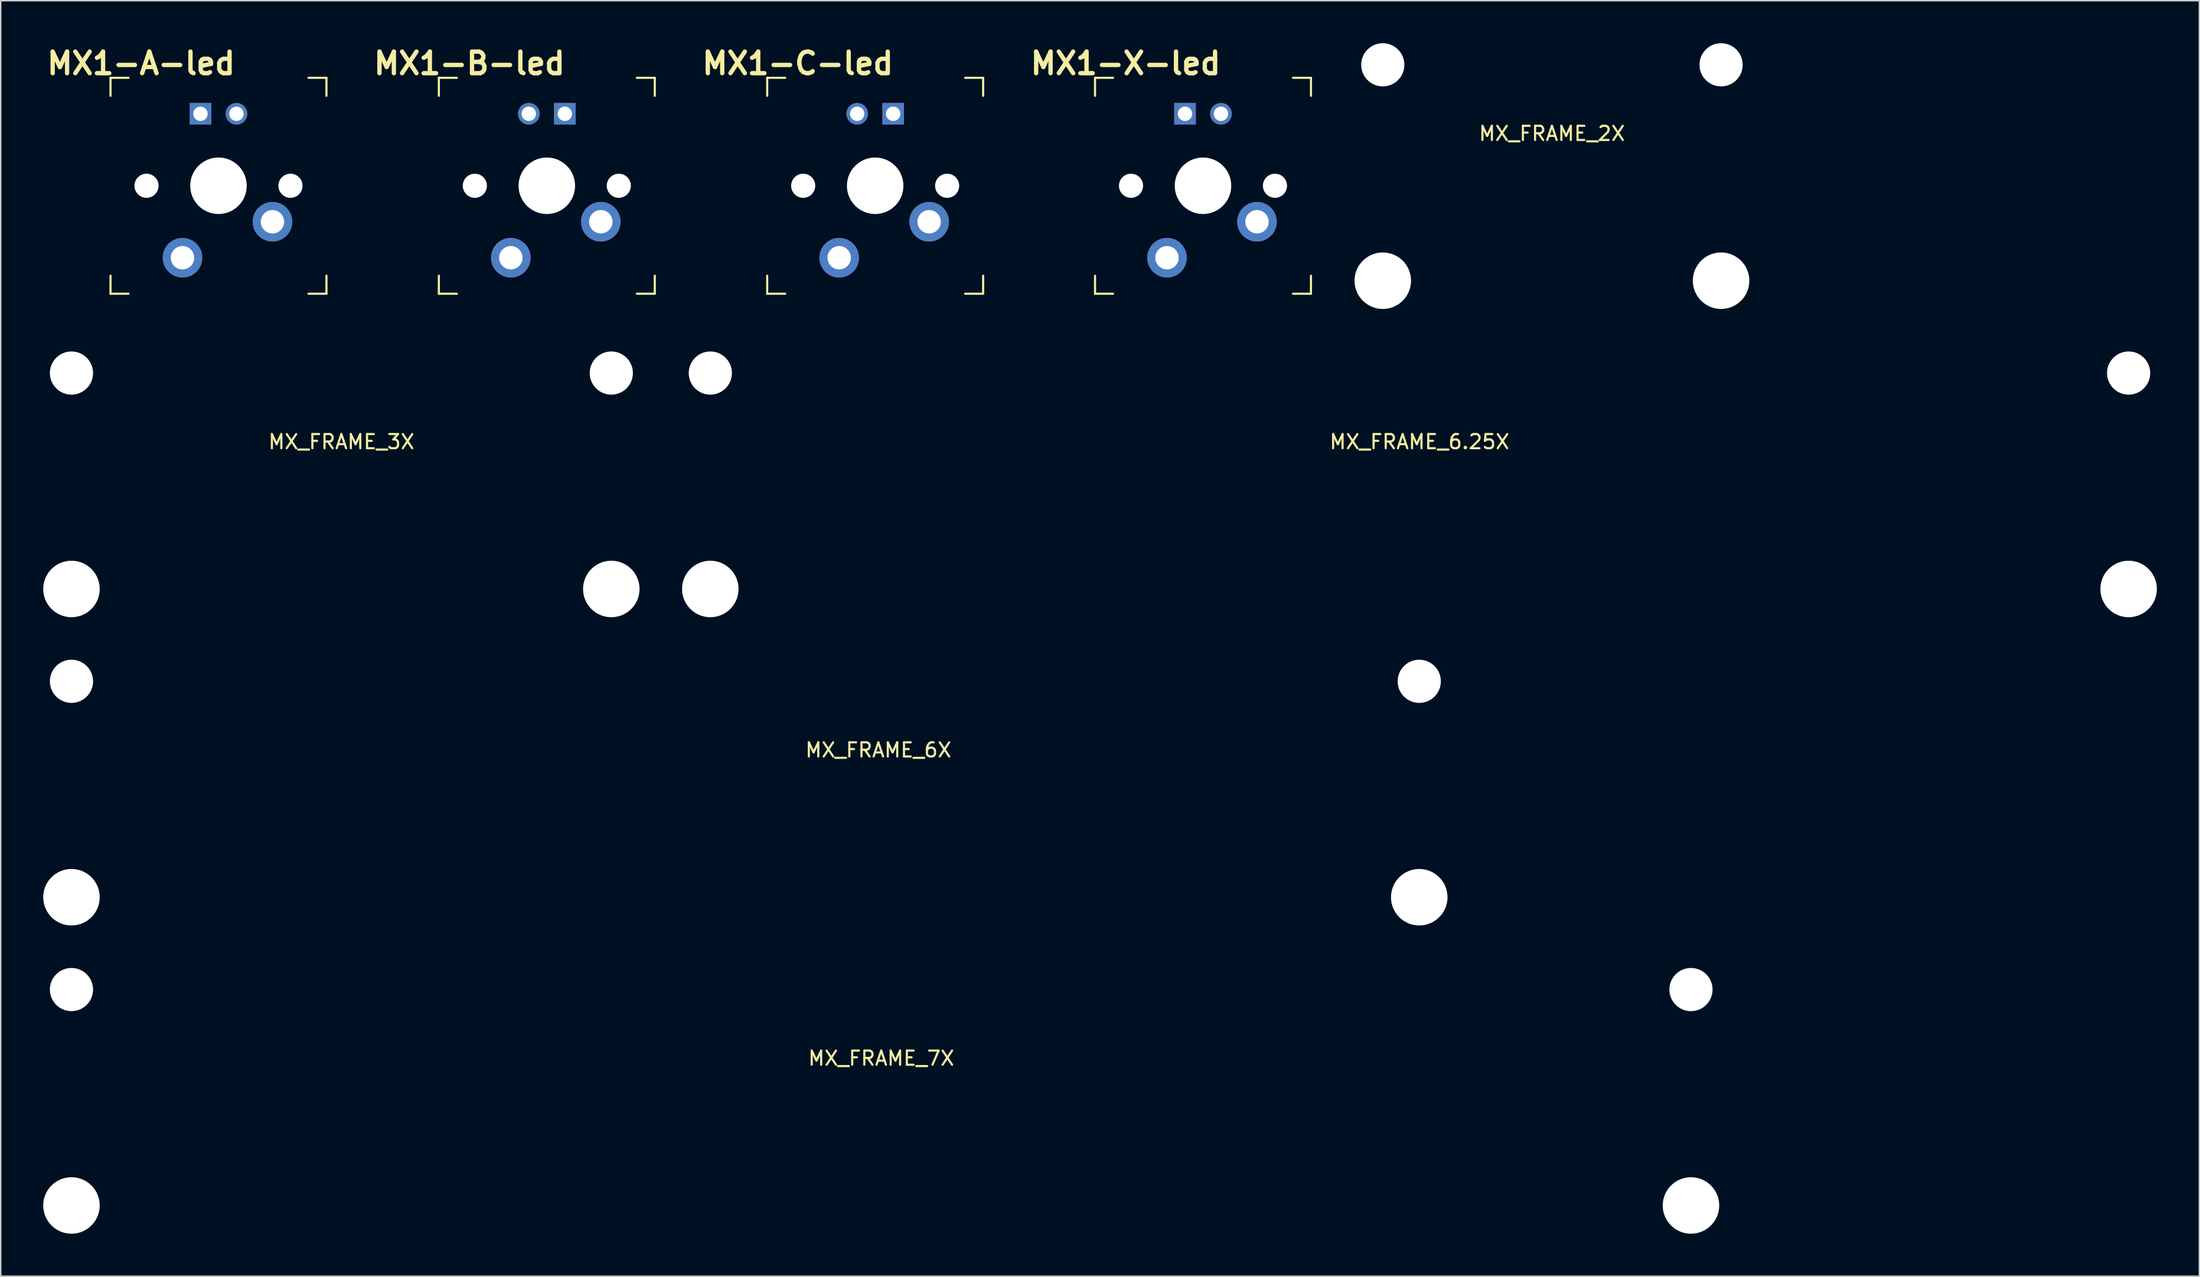
<source format=kicad_pcb>
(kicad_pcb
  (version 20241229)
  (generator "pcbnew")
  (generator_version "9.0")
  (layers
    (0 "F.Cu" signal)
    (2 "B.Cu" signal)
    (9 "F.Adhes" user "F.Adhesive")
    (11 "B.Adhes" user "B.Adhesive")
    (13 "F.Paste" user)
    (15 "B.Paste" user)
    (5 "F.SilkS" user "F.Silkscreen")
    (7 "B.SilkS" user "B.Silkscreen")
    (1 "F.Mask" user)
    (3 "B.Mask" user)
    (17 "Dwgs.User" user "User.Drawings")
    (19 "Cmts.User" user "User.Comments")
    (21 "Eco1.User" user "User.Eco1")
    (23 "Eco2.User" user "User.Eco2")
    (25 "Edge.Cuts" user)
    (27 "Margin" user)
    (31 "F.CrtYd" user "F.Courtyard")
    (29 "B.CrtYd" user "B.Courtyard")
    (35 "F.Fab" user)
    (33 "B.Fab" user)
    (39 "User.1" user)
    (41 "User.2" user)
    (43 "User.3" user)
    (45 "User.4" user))
  (footprint "MX1-B-led"
    (layer "F.Cu")
    (at 35.543 10.062)
    (property "Reference" "MX1-B-led" (at -5.461 -8.636 0) (layer "F.SilkS") (effects (font (size 1.524 1.524) (thickness 0.305))))
    (attr through_hole)
    (fp_line (start -7.62 -7.62) (end -6.35 -7.62) (stroke (width 0.15) (type solid)) (layer "F.SilkS"))
    (fp_line (start -7.62 -6.35) (end -7.62 -7.62) (stroke (width 0.15) (type solid)) (layer "F.SilkS"))
    (fp_line (start -7.62 6.35) (end -7.62 7.62) (stroke (width 0.15) (type solid)) (layer "F.SilkS"))
    (fp_line (start -7.62 7.62) (end -6.35 7.62) (stroke (width 0.15) (type solid)) (layer "F.SilkS"))
    (fp_line (start 6.35 -7.62) (end 7.62 -7.62) (stroke (width 0.15) (type solid)) (layer "F.SilkS"))
    (fp_line (start 6.35 7.62) (end 7.62 7.62) (stroke (width 0.15) (type solid)) (layer "F.SilkS"))
    (fp_line (start 7.62 -7.62) (end 7.62 -6.35) (stroke (width 0.15) (type solid)) (layer "F.SilkS"))
    (fp_line (start 7.62 7.62) (end 7.62 6.35) (stroke (width 0.15) (type solid)) (layer "F.SilkS"))
    (pad "" np_thru_hole circle (at -5.08 0) (size 1.702 1.702) (drill 1.702) (layers "*.Cu"))
    (pad "" np_thru_hole circle (at 0 0) (size 3.988 3.988) (drill 3.988) (layers "*.Cu"))
    (pad "" np_thru_hole circle (at 5.08 0) (size 1.702 1.702) (drill 1.702) (layers "*.Cu"))
    (pad "1" thru_hole circle (at 3.81 2.54) (size 2.794 2.794) (drill 1.651) (layers "*.Cu" "*.Mask"))
    (pad "2" thru_hole circle (at -2.54 5.08) (size 2.794 2.794) (drill 1.651) (layers "*.Cu" "*.Mask"))
    (pad "3" thru_hole circle (at -1.27 -5.08) (size 1.524 1.524) (drill 1.016) (layers "*.Cu" "*.Mask"))
    (pad "4" thru_hole rect (at 1.27 -5.08) (size 1.524 1.524) (drill 1.016) (layers "*.Cu" "*.Mask")))
  (footprint "MX_FRAME_3X"
    (layer "F.Cu")
    (at 21.044 30.267)
    (property "Reference" "MX_FRAME_3X" (at 0 -2.134 0) (layer "F.SilkS") (effects (font (size 1 1) (thickness 0.15))))
    (attr through_hole)
    (pad "" np_thru_hole circle (at -19.05 -6.985) (size 3.048 3.048) (drill 3.048) (layers "*.Cu"))
    (pad "" np_thru_hole circle (at -19.05 8.255) (size 3.988 3.988) (drill 3.988) (layers "*.Cu"))
    (pad "" np_thru_hole circle (at 19.05 -6.985) (size 3.048 3.048) (drill 3.048) (layers "*.Cu"))
    (pad "" np_thru_hole circle (at 19.05 8.255) (size 3.988 3.988) (drill 3.988) (layers "*.Cu")))
  (footprint "MX_FRAME_2X"
    (layer "F.Cu")
    (at 106.481 8.509)
    (property "Reference" "MX_FRAME_2X" (at 0 -2.134 0) (layer "F.SilkS") (effects (font (size 1 1) (thickness 0.15))))
    (attr through_hole)
    (pad "" np_thru_hole circle (at -11.938 -6.985) (size 3.048 3.048) (drill 3.048) (layers "*.Cu"))
    (pad "" np_thru_hole circle (at -11.938 8.255) (size 3.988 3.988) (drill 3.988) (layers "*.Cu"))
    (pad "" np_thru_hole circle (at 11.938 -6.985) (size 3.048 3.048) (drill 3.048) (layers "*.Cu"))
    (pad "" np_thru_hole circle (at 11.938 8.255) (size 3.988 3.988) (drill 3.988) (layers "*.Cu")))
  (footprint "MX_FRAME_7X"
    (layer "F.Cu")
    (at 59.144 73.783)
    (property "Reference" "MX_FRAME_7X" (at 0 -2.134 0) (layer "F.SilkS") (effects (font (size 1 1) (thickness 0.15))))
    (attr through_hole)
    (pad "" np_thru_hole circle (at -57.15 -6.985) (size 3.048 3.048) (drill 3.048) (layers "*.Cu"))
    (pad "" np_thru_hole circle (at -57.15 8.255) (size 3.988 3.988) (drill 3.988) (layers "*.Cu"))
    (pad "" np_thru_hole circle (at 57.15 -6.985) (size 3.048 3.048) (drill 3.048) (layers "*.Cu"))
    (pad "" np_thru_hole circle (at 57.15 8.255) (size 3.988 3.988) (drill 3.988) (layers "*.Cu")))
  (footprint "MX1-X-led"
    (layer "F.Cu")
    (at 81.854 10.062)
    (property "Reference" "MX1-X-led" (at -5.461 -8.636 0) (layer "F.SilkS") (effects (font (size 1.524 1.524) (thickness 0.305))))
    (attr through_hole)
    (fp_line (start -7.62 -7.62) (end -6.35 -7.62) (stroke (width 0.15) (type solid)) (layer "F.SilkS"))
    (fp_line (start -7.62 -6.35) (end -7.62 -7.62) (stroke (width 0.15) (type solid)) (layer "F.SilkS"))
    (fp_line (start -7.62 6.35) (end -7.62 7.62) (stroke (width 0.15) (type solid)) (layer "F.SilkS"))
    (fp_line (start -7.62 7.62) (end -6.35 7.62) (stroke (width 0.15) (type solid)) (layer "F.SilkS"))
    (fp_line (start 6.35 -7.62) (end 7.62 -7.62) (stroke (width 0.15) (type solid)) (layer "F.SilkS"))
    (fp_line (start 6.35 7.62) (end 7.62 7.62) (stroke (width 0.15) (type solid)) (layer "F.SilkS"))
    (fp_line (start 7.62 -7.62) (end 7.62 -6.35) (stroke (width 0.15) (type solid)) (layer "F.SilkS"))
    (fp_line (start 7.62 7.62) (end 7.62 6.35) (stroke (width 0.15) (type solid)) (layer "F.SilkS"))
    (pad "" np_thru_hole circle (at -5.08 0) (size 1.702 1.702) (drill 1.702) (layers "*.Cu"))
    (pad "" np_thru_hole circle (at 0 0) (size 3.988 3.988) (drill 3.988) (layers "*.Cu"))
    (pad "" np_thru_hole circle (at 5.08 0) (size 1.702 1.702) (drill 1.702) (layers "*.Cu"))
    (pad "1" thru_hole circle (at 3.81 2.54) (size 2.794 2.794) (drill 1.651) (layers "*.Cu" "*.Mask"))
    (pad "2" thru_hole circle (at -2.54 5.08) (size 2.794 2.794) (drill 1.651) (layers "*.Cu" "*.Mask"))
    (pad "3" thru_hole circle (at 1.27 -5.08) (size 1.524 1.524) (drill 1.016) (layers "*.Cu" "*.Mask"))
    (pad "4" thru_hole rect (at -1.27 -5.08) (size 1.524 1.524) (drill 1.016) (layers "*.Cu" "*.Mask")))
  (footprint "MX_FRAME_6.25X"
    (layer "F.Cu")
    (at 97.132 30.267)
    (property "Reference" "MX_FRAME_6.25X" (at 0 -2.134 0) (layer "F.SilkS") (effects (font (size 1 1) (thickness 0.15))))
    (attr through_hole)
    (pad "" np_thru_hole circle (at -50.05 -6.985) (size 3.048 3.048) (drill 3.048) (layers "*.Cu"))
    (pad "" np_thru_hole circle (at -50.05 8.255) (size 3.988 3.988) (drill 3.988) (layers "*.Cu"))
    (pad "" np_thru_hole circle (at 50.05 -6.985) (size 3.048 3.048) (drill 3.048) (layers "*.Cu"))
    (pad "" np_thru_hole circle (at 50.05 8.255) (size 3.988 3.988) (drill 3.988) (layers "*.Cu")))
  (footprint "MX1-C-led"
    (layer "F.Cu")
    (at 58.717 10.062)
    (property "Reference" "MX1-C-led" (at -5.461 -8.636 0) (layer "F.SilkS") (effects (font (size 1.524 1.524) (thickness 0.305))))
    (attr through_hole)
    (fp_line (start -7.62 -7.62) (end -6.35 -7.62) (stroke (width 0.15) (type solid)) (layer "F.SilkS"))
    (fp_line (start -7.62 -6.35) (end -7.62 -7.62) (stroke (width 0.15) (type solid)) (layer "F.SilkS"))
    (fp_line (start -7.62 6.35) (end -7.62 7.62) (stroke (width 0.15) (type solid)) (layer "F.SilkS"))
    (fp_line (start -7.62 7.62) (end -6.35 7.62) (stroke (width 0.15) (type solid)) (layer "F.SilkS"))
    (fp_line (start 6.35 -7.62) (end 7.62 -7.62) (stroke (width 0.15) (type solid)) (layer "F.SilkS"))
    (fp_line (start 6.35 7.62) (end 7.62 7.62) (stroke (width 0.15) (type solid)) (layer "F.SilkS"))
    (fp_line (start 7.62 -7.62) (end 7.62 -6.35) (stroke (width 0.15) (type solid)) (layer "F.SilkS"))
    (fp_line (start 7.62 7.62) (end 7.62 6.35) (stroke (width 0.15) (type solid)) (layer "F.SilkS"))
    (pad "" np_thru_hole circle (at -5.08 0) (size 1.702 1.702) (drill 1.702) (layers "*.Cu"))
    (pad "" np_thru_hole circle (at 0 0) (size 3.988 3.988) (drill 3.988) (layers "*.Cu"))
    (pad "" np_thru_hole circle (at 5.08 0) (size 1.702 1.702) (drill 1.702) (layers "*.Cu"))
    (pad "1" thru_hole circle (at -2.54 5.08) (size 2.794 2.794) (drill 1.651) (layers "*.Cu" "*.Mask"))
    (pad "2" thru_hole circle (at 3.81 2.54) (size 2.794 2.794) (drill 1.651) (layers "*.Cu" "*.Mask"))
    (pad "3" thru_hole circle (at -1.27 -5.08) (size 1.524 1.524) (drill 1.016) (layers "*.Cu" "*.Mask"))
    (pad "4" thru_hole rect (at 1.27 -5.08) (size 1.524 1.524) (drill 1.016) (layers "*.Cu" "*.Mask")))
  (footprint "MX1-A-led"
    (layer "F.Cu")
    (at 12.37 10.062)
    (property "Reference" "MX1-A-led" (at -5.461 -8.636 0) (layer "F.SilkS") (effects (font (size 1.524 1.524) (thickness 0.305))))
    (attr through_hole)
    (fp_line (start -7.62 -7.62) (end -6.35 -7.62) (stroke (width 0.15) (type solid)) (layer "F.SilkS"))
    (fp_line (start -7.62 -6.35) (end -7.62 -7.62) (stroke (width 0.15) (type solid)) (layer "F.SilkS"))
    (fp_line (start -7.62 6.35) (end -7.62 7.62) (stroke (width 0.15) (type solid)) (layer "F.SilkS"))
    (fp_line (start -7.62 7.62) (end -6.35 7.62) (stroke (width 0.15) (type solid)) (layer "F.SilkS"))
    (fp_line (start 6.35 -7.62) (end 7.62 -7.62) (stroke (width 0.15) (type solid)) (layer "F.SilkS"))
    (fp_line (start 6.35 7.62) (end 7.62 7.62) (stroke (width 0.15) (type solid)) (layer "F.SilkS"))
    (fp_line (start 7.62 -7.62) (end 7.62 -6.35) (stroke (width 0.15) (type solid)) (layer "F.SilkS"))
    (fp_line (start 7.62 7.62) (end 7.62 6.35) (stroke (width 0.15) (type solid)) (layer "F.SilkS"))
    (pad "" np_thru_hole circle (at -5.08 0) (size 1.702 1.702) (drill 1.702) (layers "*.Cu"))
    (pad "" np_thru_hole circle (at 0 0) (size 3.988 3.988) (drill 3.988) (layers "*.Cu"))
    (pad "" np_thru_hole circle (at 5.08 0) (size 1.702 1.702) (drill 1.702) (layers "*.Cu"))
    (pad "1" thru_hole circle (at -2.54 5.08) (size 2.794 2.794) (drill 1.651) (layers "*.Cu" "*.Mask"))
    (pad "2" thru_hole circle (at 3.81 2.54) (size 2.794 2.794) (drill 1.651) (layers "*.Cu" "*.Mask"))
    (pad "3" thru_hole circle (at 1.27 -5.08) (size 1.524 1.524) (drill 1.016) (layers "*.Cu" "*.Mask"))
    (pad "4" thru_hole rect (at -1.27 -5.08) (size 1.524 1.524) (drill 1.016) (layers "*.Cu" "*.Mask")))
  (footprint "MX_FRAME_6X"
    (layer "F.Cu")
    (at 58.941 52.025)
    (property "Reference" "MX_FRAME_6X" (at 0 -2.134 0) (layer "F.SilkS") (effects (font (size 1 1) (thickness 0.15))))
    (attr through_hole)
    (pad "" np_thru_hole circle (at -56.947 -6.985) (size 3.048 3.048) (drill 3.048) (layers "*.Cu"))
    (pad "" np_thru_hole circle (at -56.947 8.255) (size 3.988 3.988) (drill 3.988) (layers "*.Cu"))
    (pad "" np_thru_hole circle (at 38.176 -6.985) (size 3.048 3.048) (drill 3.048) (layers "*.Cu"))
    (pad "" np_thru_hole circle (at 38.176 8.255) (size 3.988 3.988) (drill 3.988) (layers "*.Cu")))
  (gr_rect
    (start -3 -3)
    (end 152.176 87.032)
    (stroke (width 0.1) (type default))
    (fill no)
    (layer "Edge.Cuts")))
</source>
